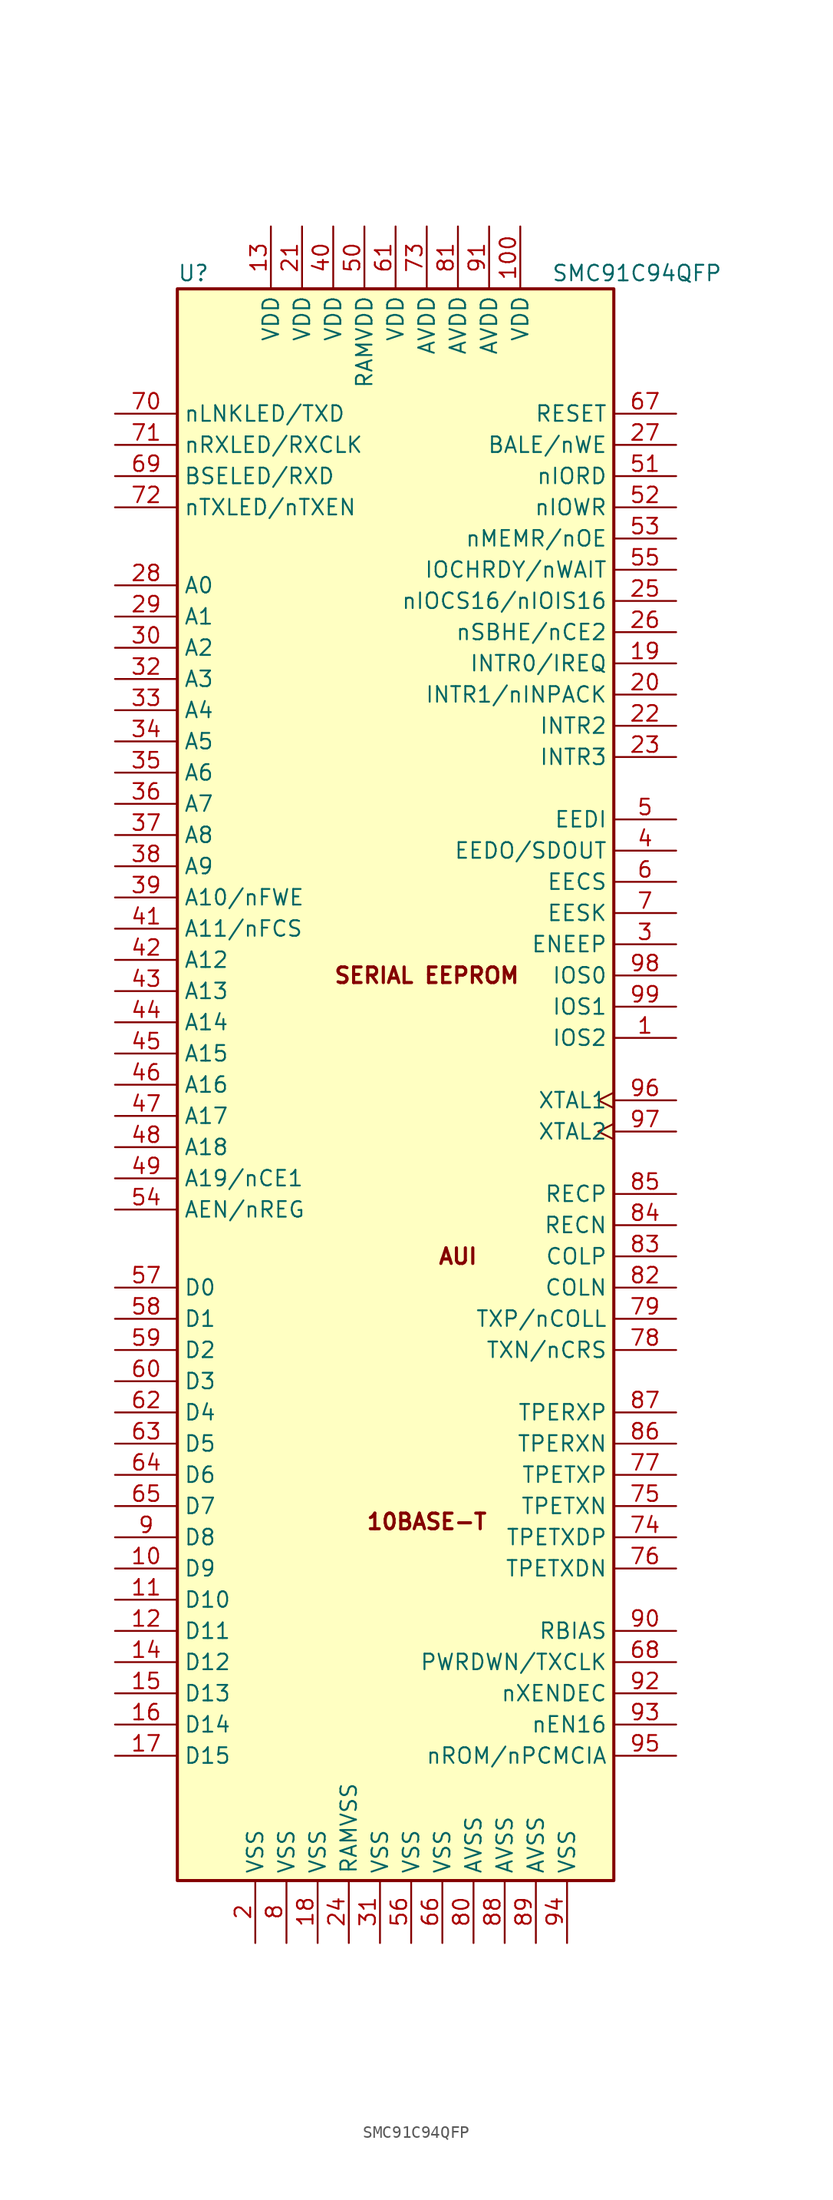
<source format=kicad_sym>
(kicad_symbol_lib
  (version 20220914)
  (generator kicad_symbol_editor)
  (symbol "SMC91C94QFP"
    (property "Reference" "U"
      (at -17.78 64.77 0)
      (effects (font (size 1.27 1.27)) (justify left)))
    (property "Value" "SMC91C94QFP"
      (at 12.7 64.77 0)
      (effects (font (size 1.27 1.27)) (justify left)))
    (symbol "SMC91C94QFP_0_0"
      (text "10BASE-T" (at 2.54 -36.83 0) (effects (font (size 1.27 1.27) bold)))
      (text "AUI" (at 5.08 -15.24 0) (effects (font (size 1.27 1.27) bold)))
      (text "SERIAL EEPROM" (at 2.54 7.62 0) (effects (font (size 1.27 1.27) bold))))
    (symbol "SMC91C94QFP_0_1"
      (rectangle (start -17.78 -66.04) (end 17.78 63.5) (stroke (width 0.254) (type default)) (fill (type background))))
    (symbol "SMC91C94QFP_1_1"
      (pin input line (at 22.86 2.54 180) (length 5.08) (name "IOS2" (effects (font (size 1.27 1.27)))) (number "1" (effects (font (size 1.27 1.27)))))
      (pin bidirectional line (at -22.86 -40.64 0) (length 5.08) (name "D9" (effects (font (size 1.27 1.27)))) (number "10" (effects (font (size 1.27 1.27)))))
      (pin power_in line (at 10.16 68.58 270) (length 5.08) (name "VDD" (effects (font (size 1.27 1.27)))) (number "100" (effects (font (size 1.27 1.27)))))
      (pin bidirectional line (at -22.86 -43.18 0) (length 5.08) (name "D10" (effects (font (size 1.27 1.27)))) (number "11" (effects (font (size 1.27 1.27)))))
      (pin bidirectional line (at -22.86 -45.72 0) (length 5.08) (name "D11" (effects (font (size 1.27 1.27)))) (number "12" (effects (font (size 1.27 1.27)))))
      (pin power_in line (at -10.16 68.58 270) (length 5.08) (name "VDD" (effects (font (size 1.27 1.27)))) (number "13" (effects (font (size 1.27 1.27)))))
      (pin bidirectional line (at -22.86 -48.26 0) (length 5.08) (name "D12" (effects (font (size 1.27 1.27)))) (number "14" (effects (font (size 1.27 1.27)))))
      (pin bidirectional line (at -22.86 -50.8 0) (length 5.08) (name "D13" (effects (font (size 1.27 1.27)))) (number "15" (effects (font (size 1.27 1.27)))))
      (pin bidirectional line (at -22.86 -53.34 0) (length 5.08) (name "D14" (effects (font (size 1.27 1.27)))) (number "16" (effects (font (size 1.27 1.27)))))
      (pin bidirectional line (at -22.86 -55.88 0) (length 5.08) (name "D15" (effects (font (size 1.27 1.27)))) (number "17" (effects (font (size 1.27 1.27)))))
      (pin power_in line (at -6.35 -71.12 90) (length 5.08) (name "VSS" (effects (font (size 1.27 1.27)))) (number "18" (effects (font (size 1.27 1.27)))))
      (pin output line (at 22.86 33.02 180) (length 5.08) (name "INTR0/IREQ" (effects (font (size 1.27 1.27)))) (number "19" (effects (font (size 1.27 1.27)))))
      (pin power_in line (at -11.43 -71.12 90) (length 5.08) (name "VSS" (effects (font (size 1.27 1.27)))) (number "2" (effects (font (size 1.27 1.27)))))
      (pin output line (at 22.86 30.48 180) (length 5.08) (name "INTR1/nINPACK" (effects (font (size 1.27 1.27)))) (number "20" (effects (font (size 1.27 1.27)))))
      (pin power_in line (at -7.62 68.58 270) (length 5.08) (name "VDD" (effects (font (size 1.27 1.27)))) (number "21" (effects (font (size 1.27 1.27)))))
      (pin output line (at 22.86 27.94 180) (length 5.08) (name "INTR2" (effects (font (size 1.27 1.27)))) (number "22" (effects (font (size 1.27 1.27)))))
      (pin output line (at 22.86 25.4 180) (length 5.08) (name "INTR3" (effects (font (size 1.27 1.27)))) (number "23" (effects (font (size 1.27 1.27)))))
      (pin power_in line (at -3.81 -71.12 90) (length 5.08) (name "RAMVSS" (effects (font (size 1.27 1.27)))) (number "24" (effects (font (size 1.27 1.27)))))
      (pin output line (at 22.86 38.1 180) (length 5.08) (name "nIOCS16/nIOIS16" (effects (font (size 1.27 1.27)))) (number "25" (effects (font (size 1.27 1.27)))))
      (pin input line (at 22.86 35.56 180) (length 5.08) (name "nSBHE/nCE2" (effects (font (size 1.27 1.27)))) (number "26" (effects (font (size 1.27 1.27)))))
      (pin input line (at 22.86 50.8 180) (length 5.08) (name "BALE/nWE" (effects (font (size 1.27 1.27)))) (number "27" (effects (font (size 1.27 1.27)))))
      (pin input line (at -22.86 39.37 0) (length 5.08) (name "A0" (effects (font (size 1.27 1.27)))) (number "28" (effects (font (size 1.27 1.27)))))
      (pin input line (at -22.86 36.83 0) (length 5.08) (name "A1" (effects (font (size 1.27 1.27)))) (number "29" (effects (font (size 1.27 1.27)))))
      (pin input line (at 22.86 10.16 180) (length 5.08) (name "ENEEP" (effects (font (size 1.27 1.27)))) (number "3" (effects (font (size 1.27 1.27)))))
      (pin input line (at -22.86 34.29 0) (length 5.08) (name "A2" (effects (font (size 1.27 1.27)))) (number "30" (effects (font (size 1.27 1.27)))))
      (pin power_in line (at -1.27 -71.12 90) (length 5.08) (name "VSS" (effects (font (size 1.27 1.27)))) (number "31" (effects (font (size 1.27 1.27)))))
      (pin input line (at -22.86 31.75 0) (length 5.08) (name "A3" (effects (font (size 1.27 1.27)))) (number "32" (effects (font (size 1.27 1.27)))))
      (pin input line (at -22.86 29.21 0) (length 5.08) (name "A4" (effects (font (size 1.27 1.27)))) (number "33" (effects (font (size 1.27 1.27)))))
      (pin input line (at -22.86 26.67 0) (length 5.08) (name "A5" (effects (font (size 1.27 1.27)))) (number "34" (effects (font (size 1.27 1.27)))))
      (pin input line (at -22.86 24.13 0) (length 5.08) (name "A6" (effects (font (size 1.27 1.27)))) (number "35" (effects (font (size 1.27 1.27)))))
      (pin input line (at -22.86 21.59 0) (length 5.08) (name "A7" (effects (font (size 1.27 1.27)))) (number "36" (effects (font (size 1.27 1.27)))))
      (pin input line (at -22.86 19.05 0) (length 5.08) (name "A8" (effects (font (size 1.27 1.27)))) (number "37" (effects (font (size 1.27 1.27)))))
      (pin input line (at -22.86 16.51 0) (length 5.08) (name "A9" (effects (font (size 1.27 1.27)))) (number "38" (effects (font (size 1.27 1.27)))))
      (pin bidirectional line (at -22.86 13.97 0) (length 5.08) (name "A10/nFWE" (effects (font (size 1.27 1.27)))) (number "39" (effects (font (size 1.27 1.27)))))
      (pin output line (at 22.86 17.78 180) (length 5.08) (name "EEDO/SDOUT" (effects (font (size 1.27 1.27)))) (number "4" (effects (font (size 1.27 1.27)))))
      (pin power_in line (at -5.08 68.58 270) (length 5.08) (name "VDD" (effects (font (size 1.27 1.27)))) (number "40" (effects (font (size 1.27 1.27)))))
      (pin bidirectional line (at -22.86 11.43 0) (length 5.08) (name "A11/nFCS" (effects (font (size 1.27 1.27)))) (number "41" (effects (font (size 1.27 1.27)))))
      (pin input line (at -22.86 8.89 0) (length 5.08) (name "A12" (effects (font (size 1.27 1.27)))) (number "42" (effects (font (size 1.27 1.27)))))
      (pin input line (at -22.86 6.35 0) (length 5.08) (name "A13" (effects (font (size 1.27 1.27)))) (number "43" (effects (font (size 1.27 1.27)))))
      (pin input line (at -22.86 3.81 0) (length 5.08) (name "A14" (effects (font (size 1.27 1.27)))) (number "44" (effects (font (size 1.27 1.27)))))
      (pin input line (at -22.86 1.27 0) (length 5.08) (name "A15" (effects (font (size 1.27 1.27)))) (number "45" (effects (font (size 1.27 1.27)))))
      (pin input line (at -22.86 -1.27 0) (length 5.08) (name "A16" (effects (font (size 1.27 1.27)))) (number "46" (effects (font (size 1.27 1.27)))))
      (pin input line (at -22.86 -3.81 0) (length 5.08) (name "A17" (effects (font (size 1.27 1.27)))) (number "47" (effects (font (size 1.27 1.27)))))
      (pin input line (at -22.86 -6.35 0) (length 5.08) (name "A18" (effects (font (size 1.27 1.27)))) (number "48" (effects (font (size 1.27 1.27)))))
      (pin input line (at -22.86 -8.89 0) (length 5.08) (name "A19/nCE1" (effects (font (size 1.27 1.27)))) (number "49" (effects (font (size 1.27 1.27)))))
      (pin input line (at 22.86 20.32 180) (length 5.08) (name "EEDI" (effects (font (size 1.27 1.27)))) (number "5" (effects (font (size 1.27 1.27)))))
      (pin power_in line (at -2.54 68.58 270) (length 5.08) (name "RAMVDD" (effects (font (size 1.27 1.27)))) (number "50" (effects (font (size 1.27 1.27)))))
      (pin input line (at 22.86 48.26 180) (length 5.08) (name "nIORD" (effects (font (size 1.27 1.27)))) (number "51" (effects (font (size 1.27 1.27)))))
      (pin input line (at 22.86 45.72 180) (length 5.08) (name "nIOWR" (effects (font (size 1.27 1.27)))) (number "52" (effects (font (size 1.27 1.27)))))
      (pin input line (at 22.86 43.18 180) (length 5.08) (name "nMEMR/nOE" (effects (font (size 1.27 1.27)))) (number "53" (effects (font (size 1.27 1.27)))))
      (pin input line (at -22.86 -11.43 0) (length 5.08) (name "AEN/nREG" (effects (font (size 1.27 1.27)))) (number "54" (effects (font (size 1.27 1.27)))))
      (pin output line (at 22.86 40.64 180) (length 5.08) (name "IOCHRDY/nWAIT" (effects (font (size 1.27 1.27)))) (number "55" (effects (font (size 1.27 1.27)))))
      (pin power_in line (at 1.27 -71.12 90) (length 5.08) (name "VSS" (effects (font (size 1.27 1.27)))) (number "56" (effects (font (size 1.27 1.27)))))
      (pin bidirectional line (at -22.86 -17.78 0) (length 5.08) (name "D0" (effects (font (size 1.27 1.27)))) (number "57" (effects (font (size 1.27 1.27)))))
      (pin bidirectional line (at -22.86 -20.32 0) (length 5.08) (name "D1" (effects (font (size 1.27 1.27)))) (number "58" (effects (font (size 1.27 1.27)))))
      (pin bidirectional line (at -22.86 -22.86 0) (length 5.08) (name "D2" (effects (font (size 1.27 1.27)))) (number "59" (effects (font (size 1.27 1.27)))))
      (pin output line (at 22.86 15.24 180) (length 5.08) (name "EECS" (effects (font (size 1.27 1.27)))) (number "6" (effects (font (size 1.27 1.27)))))
      (pin bidirectional line (at -22.86 -25.4 0) (length 5.08) (name "D3" (effects (font (size 1.27 1.27)))) (number "60" (effects (font (size 1.27 1.27)))))
      (pin power_in line (at 0 68.58 270) (length 5.08) (name "VDD" (effects (font (size 1.27 1.27)))) (number "61" (effects (font (size 1.27 1.27)))))
      (pin bidirectional line (at -22.86 -27.94 0) (length 5.08) (name "D4" (effects (font (size 1.27 1.27)))) (number "62" (effects (font (size 1.27 1.27)))))
      (pin bidirectional line (at -22.86 -30.48 0) (length 5.08) (name "D5" (effects (font (size 1.27 1.27)))) (number "63" (effects (font (size 1.27 1.27)))))
      (pin bidirectional line (at -22.86 -33.02 0) (length 5.08) (name "D6" (effects (font (size 1.27 1.27)))) (number "64" (effects (font (size 1.27 1.27)))))
      (pin bidirectional line (at -22.86 -35.56 0) (length 5.08) (name "D7" (effects (font (size 1.27 1.27)))) (number "65" (effects (font (size 1.27 1.27)))))
      (pin power_in line (at 3.81 -71.12 90) (length 5.08) (name "VSS" (effects (font (size 1.27 1.27)))) (number "66" (effects (font (size 1.27 1.27)))))
      (pin input line (at 22.86 53.34 180) (length 5.08) (name "RESET" (effects (font (size 1.27 1.27)))) (number "67" (effects (font (size 1.27 1.27)))))
      (pin input line (at 22.86 -48.26 180) (length 5.08) (name "PWRDWN/TXCLK" (effects (font (size 1.27 1.27)))) (number "68" (effects (font (size 1.27 1.27)))))
      (pin bidirectional line (at -22.86 48.26 0) (length 5.08) (name "BSELED/RXD" (effects (font (size 1.27 1.27)))) (number "69" (effects (font (size 1.27 1.27)))))
      (pin output line (at 22.86 12.7 180) (length 5.08) (name "EESK" (effects (font (size 1.27 1.27)))) (number "7" (effects (font (size 1.27 1.27)))))
      (pin output line (at -22.86 53.34 0) (length 5.08) (name "nLNKLED/TXD" (effects (font (size 1.27 1.27)))) (number "70" (effects (font (size 1.27 1.27)))))
      (pin bidirectional line (at -22.86 50.8 0) (length 5.08) (name "nRXLED/RXCLK" (effects (font (size 1.27 1.27)))) (number "71" (effects (font (size 1.27 1.27)))))
      (pin output line (at -22.86 45.72 0) (length 5.08) (name "nTXLED/nTXEN" (effects (font (size 1.27 1.27)))) (number "72" (effects (font (size 1.27 1.27)))))
      (pin power_in line (at 2.54 68.58 270) (length 5.08) (name "AVDD" (effects (font (size 1.27 1.27)))) (number "73" (effects (font (size 1.27 1.27)))))
      (pin output line (at 22.86 -38.1 180) (length 5.08) (name "TPETXDP" (effects (font (size 1.27 1.27)))) (number "74" (effects (font (size 1.27 1.27)))))
      (pin output line (at 22.86 -35.56 180) (length 5.08) (name "TPETXN" (effects (font (size 1.27 1.27)))) (number "75" (effects (font (size 1.27 1.27)))))
      (pin output line (at 22.86 -40.64 180) (length 5.08) (name "TPETXDN" (effects (font (size 1.27 1.27)))) (number "76" (effects (font (size 1.27 1.27)))))
      (pin output line (at 22.86 -33.02 180) (length 5.08) (name "TPETXP" (effects (font (size 1.27 1.27)))) (number "77" (effects (font (size 1.27 1.27)))))
      (pin bidirectional line (at 22.86 -22.86 180) (length 5.08) (name "TXN/nCRS" (effects (font (size 1.27 1.27)))) (number "78" (effects (font (size 1.27 1.27)))))
      (pin bidirectional line (at 22.86 -20.32 180) (length 5.08) (name "TXP/nCOLL" (effects (font (size 1.27 1.27)))) (number "79" (effects (font (size 1.27 1.27)))))
      (pin power_in line (at -8.89 -71.12 90) (length 5.08) (name "VSS" (effects (font (size 1.27 1.27)))) (number "8" (effects (font (size 1.27 1.27)))))
      (pin power_in line (at 6.35 -71.12 90) (length 5.08) (name "AVSS" (effects (font (size 1.27 1.27)))) (number "80" (effects (font (size 1.27 1.27)))))
      (pin power_in line (at 5.08 68.58 270) (length 5.08) (name "AVDD" (effects (font (size 1.27 1.27)))) (number "81" (effects (font (size 1.27 1.27)))))
      (pin input line (at 22.86 -17.78 180) (length 5.08) (name "COLN" (effects (font (size 1.27 1.27)))) (number "82" (effects (font (size 1.27 1.27)))))
      (pin input line (at 22.86 -15.24 180) (length 5.08) (name "COLP" (effects (font (size 1.27 1.27)))) (number "83" (effects (font (size 1.27 1.27)))))
      (pin input line (at 22.86 -12.7 180) (length 5.08) (name "RECN" (effects (font (size 1.27 1.27)))) (number "84" (effects (font (size 1.27 1.27)))))
      (pin input line (at 22.86 -10.16 180) (length 5.08) (name "RECP" (effects (font (size 1.27 1.27)))) (number "85" (effects (font (size 1.27 1.27)))))
      (pin input line (at 22.86 -30.48 180) (length 5.08) (name "TPERXN" (effects (font (size 1.27 1.27)))) (number "86" (effects (font (size 1.27 1.27)))))
      (pin input line (at 22.86 -27.94 180) (length 5.08) (name "TPERXP" (effects (font (size 1.27 1.27)))) (number "87" (effects (font (size 1.27 1.27)))))
      (pin bidirectional line (at 8.89 -71.12 90) (length 5.08) (name "AVSS" (effects (font (size 1.27 1.27)))) (number "88" (effects (font (size 1.27 1.27)))))
      (pin power_in line (at 11.43 -71.12 90) (length 5.08) (name "AVSS" (effects (font (size 1.27 1.27)))) (number "89" (effects (font (size 1.27 1.27)))))
      (pin bidirectional line (at -22.86 -38.1 0) (length 5.08) (name "D8" (effects (font (size 1.27 1.27)))) (number "9" (effects (font (size 1.27 1.27)))))
      (pin power_in line (at 22.86 -45.72 180) (length 5.08) (name "RBIAS" (effects (font (size 1.27 1.27)))) (number "90" (effects (font (size 1.27 1.27)))))
      (pin power_in line (at 7.62 68.58 270) (length 5.08) (name "AVDD" (effects (font (size 1.27 1.27)))) (number "91" (effects (font (size 1.27 1.27)))))
      (pin input line (at 22.86 -50.8 180) (length 5.08) (name "nXENDEC" (effects (font (size 1.27 1.27)))) (number "92" (effects (font (size 1.27 1.27)))))
      (pin input line (at 22.86 -53.34 180) (length 5.08) (name "nEN16" (effects (font (size 1.27 1.27)))) (number "93" (effects (font (size 1.27 1.27)))))
      (pin power_in line (at 13.97 -71.12 90) (length 5.08) (name "VSS" (effects (font (size 1.27 1.27)))) (number "94" (effects (font (size 1.27 1.27)))))
      (pin bidirectional line (at 22.86 -55.88 180) (length 5.08) (name "nROM/nPCMCIA" (effects (font (size 1.27 1.27)))) (number "95" (effects (font (size 1.27 1.27)))))
      (pin input clock (at 22.86 -2.54 180) (length 5.08) (name "XTAL1" (effects (font (size 1.27 1.27)))) (number "96" (effects (font (size 1.27 1.27)))))
      (pin input clock (at 22.86 -5.08 180) (length 5.08) (name "XTAL2" (effects (font (size 1.27 1.27)))) (number "97" (effects (font (size 1.27 1.27)))))
      (pin input line (at 22.86 7.62 180) (length 5.08) (name "IOS0" (effects (font (size 1.27 1.27)))) (number "98" (effects (font (size 1.27 1.27)))))
      (pin input line (at 22.86 5.08 180) (length 5.08) (name "IOS1" (effects (font (size 1.27 1.27)))) (number "99" (effects (font (size 1.27 1.27))))))))
</source>
